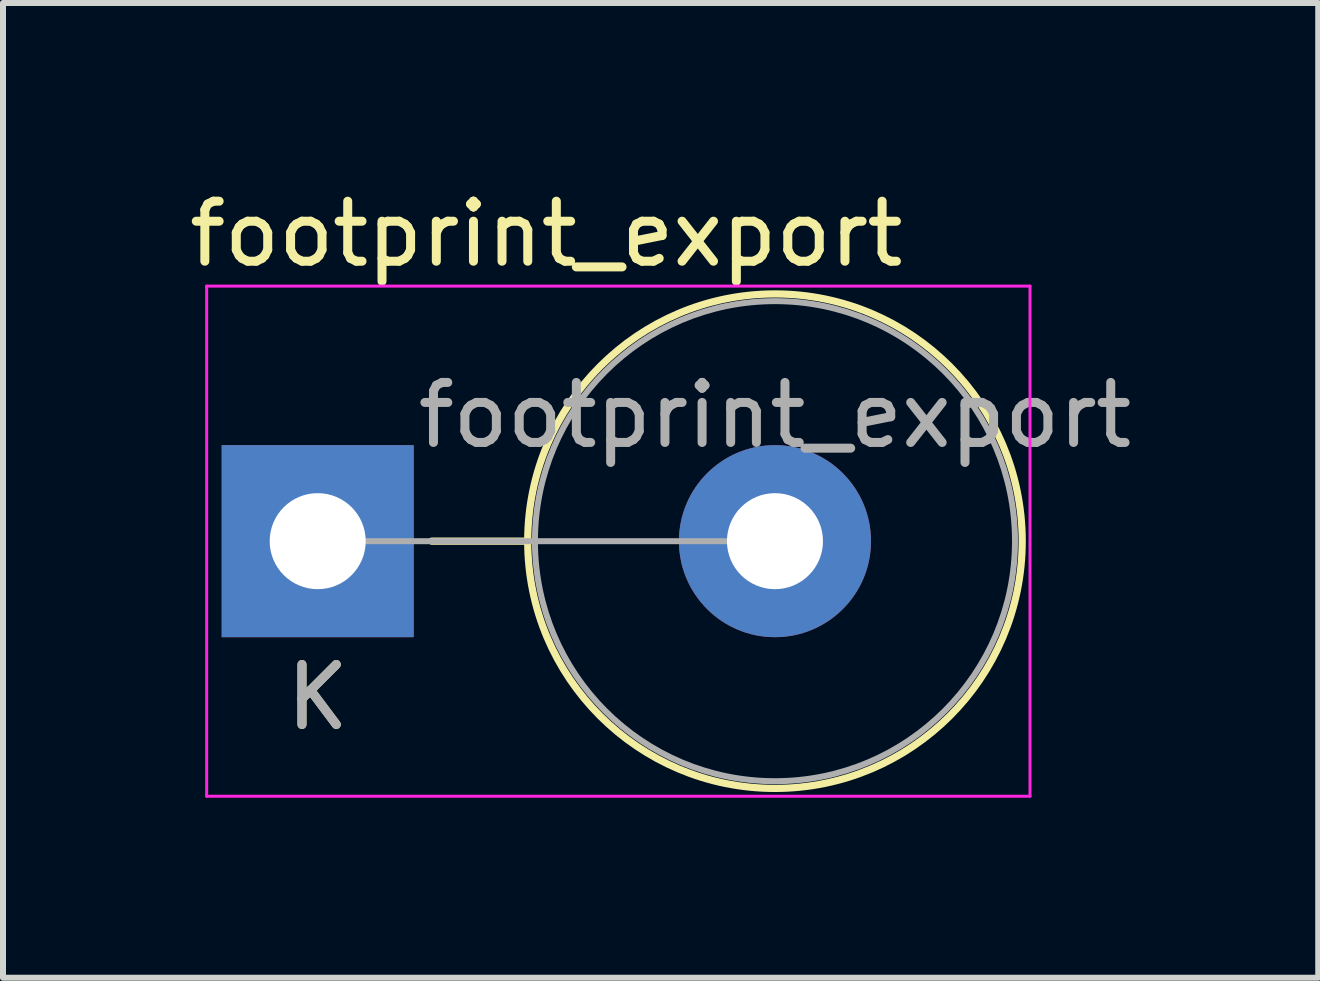
<source format=kicad_pcb>
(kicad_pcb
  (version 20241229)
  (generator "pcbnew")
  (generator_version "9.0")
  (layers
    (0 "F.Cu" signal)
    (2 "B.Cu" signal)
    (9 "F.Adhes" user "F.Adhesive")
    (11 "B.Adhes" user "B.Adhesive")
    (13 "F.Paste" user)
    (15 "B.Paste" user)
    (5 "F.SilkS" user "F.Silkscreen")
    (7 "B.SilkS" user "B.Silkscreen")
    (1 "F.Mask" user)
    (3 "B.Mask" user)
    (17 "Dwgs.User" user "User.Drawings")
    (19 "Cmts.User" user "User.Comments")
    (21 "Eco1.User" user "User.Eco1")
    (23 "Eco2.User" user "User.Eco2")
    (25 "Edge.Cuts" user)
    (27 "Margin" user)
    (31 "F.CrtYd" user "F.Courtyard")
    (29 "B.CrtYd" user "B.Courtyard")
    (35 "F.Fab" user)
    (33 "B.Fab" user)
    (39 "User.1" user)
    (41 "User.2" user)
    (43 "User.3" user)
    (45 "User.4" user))
  (footprint "footprint_export"
    (layer "F.Cu")
    (at 2.244 5.968)
    (property "Reference" "footprint_export" (at 3.81 -5.12 0) (layer "F.SilkS") (effects (font (size 1 1) (thickness 0.15))))
    (attr through_hole)
    (fp_line (start 3.5 0) (end 1.9 0) (stroke (width 0.12) (type solid)) (layer "F.SilkS"))
    (fp_circle (center 7.62 0) (end 11.74 0) (stroke (width 0.12) (type solid)) (fill no) (layer "F.SilkS"))
    (fp_line (start -1.85 -4.25) (end -1.85 4.25) (stroke (width 0.05) (type solid)) (layer "F.CrtYd"))
    (fp_line (start -1.85 4.25) (end 11.87 4.25) (stroke (width 0.05) (type solid)) (layer "F.CrtYd"))
    (fp_line (start 11.87 -4.25) (end -1.85 -4.25) (stroke (width 0.05) (type solid)) (layer "F.CrtYd"))
    (fp_line (start 11.87 4.25) (end 11.87 -4.25) (stroke (width 0.05) (type solid)) (layer "F.CrtYd"))
    (fp_line (start 0 0) (end 7.62 0) (stroke (width 0.1) (type solid)) (layer "F.Fab"))
    (fp_circle (center 7.62 0) (end 11.62 0) (stroke (width 0.1) (type solid)) (fill no) (layer "F.Fab"))
    (fp_text user "K" (at 0 2.6 0) (layer "F.SilkS") (effects (font (size 1 1) (thickness 0.15))))
    (fp_text user "K" (at 0 2.6 0) (layer "F.Fab") (effects (font (size 1 1) (thickness 0.15))))
    (fp_text user "${REFERENCE}" (at 7.62 -2.1 0) (layer "F.Fab") (effects (font (size 1 1) (thickness 0.15))))
    (pad "1" thru_hole rect (at 0 0) (size 3.2 3.2) (drill 1.6) (layers "*.Cu" "*.Mask"))
    (pad "2" thru_hole oval (at 7.62 0) (size 3.2 3.2) (drill 1.6) (layers "*.Cu" "*.Mask")))
  (gr_rect
    (start -3 -3)
    (end 18.917 13.243)
    (stroke (width 0.1) (type default))
    (fill no)
    (layer "Edge.Cuts")))
</source>
